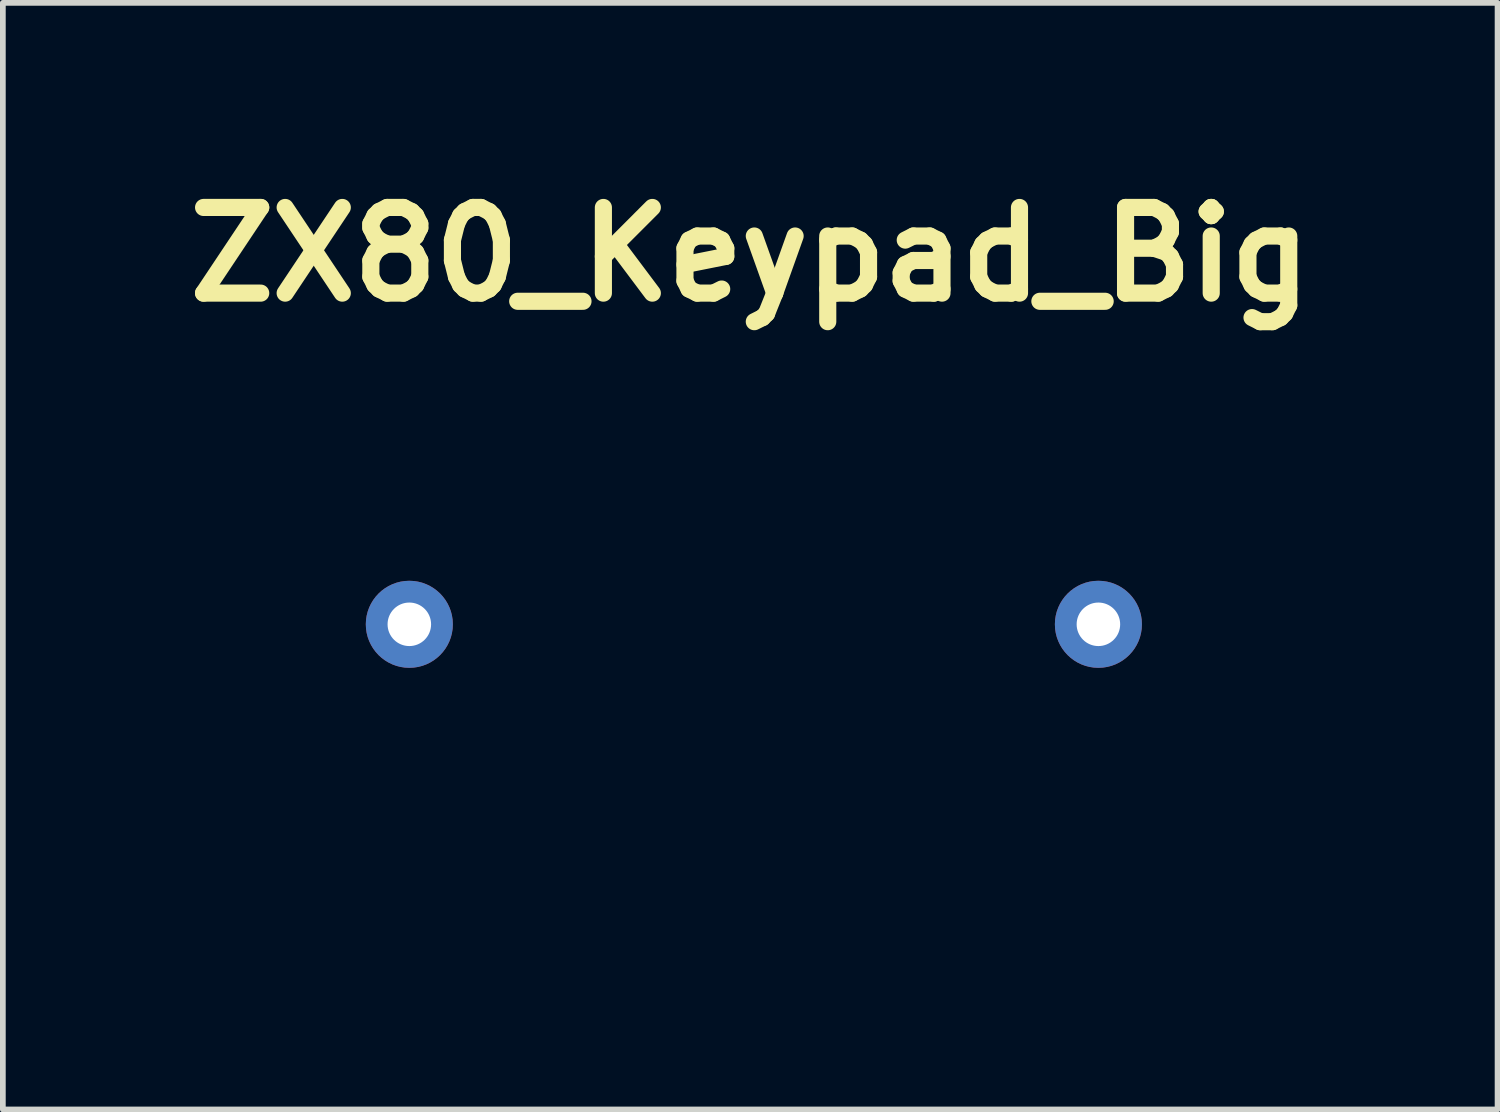
<source format=kicad_pcb>
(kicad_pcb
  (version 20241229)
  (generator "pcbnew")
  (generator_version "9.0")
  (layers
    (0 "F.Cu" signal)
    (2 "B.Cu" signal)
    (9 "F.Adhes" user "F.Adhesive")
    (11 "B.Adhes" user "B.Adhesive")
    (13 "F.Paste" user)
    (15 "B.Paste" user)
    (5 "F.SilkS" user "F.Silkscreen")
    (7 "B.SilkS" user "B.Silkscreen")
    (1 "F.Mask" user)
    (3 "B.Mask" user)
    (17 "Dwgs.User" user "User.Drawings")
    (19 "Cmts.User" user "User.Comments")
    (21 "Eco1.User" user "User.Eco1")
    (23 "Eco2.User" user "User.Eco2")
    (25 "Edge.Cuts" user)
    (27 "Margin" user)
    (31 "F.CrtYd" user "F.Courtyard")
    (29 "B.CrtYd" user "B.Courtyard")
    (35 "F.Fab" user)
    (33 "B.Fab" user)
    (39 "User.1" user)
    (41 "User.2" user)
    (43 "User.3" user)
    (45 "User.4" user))
  (footprint "ZX80_Keypad_Big"
    (layer "F.Cu")
    (at 10.086 7.881)
    (property "Reference" "ZX80_Keypad_Big" (at 0 -6.477 0) (layer "F.SilkS") (effects (font (size 1.5 1.5) (thickness 0.3))))
    (attr board_only exclude_from_pos_files exclude_from_bom)
    (fp_poly (pts (xy 0.31 -4.05) (xy 0.557 -4.048) (xy 0.745 -4.043) (xy 0.892 -4.032) (xy 1.016 -4.015) (xy 1.135 -3.988) (xy 1.267 -3.95) (xy 1.291 -3.943) (xy 1.832 -3.739) (xy 2.324 -3.477) (xy 2.766 -3.156) (xy 3.155 -2.779) (xy 3.49 -2.348) (xy 3.771 -1.863) (xy 3.995 -1.327) (xy 4.162 -0.74) (xy 4.188 -0.62) (xy 4.279 -0.038) (xy 4.318 0.549) (xy 4.304 1.127) (xy 4.241 1.682) (xy 4.127 2.2) (xy 4.021 2.524) (xy 3.781 3.054) (xy 3.475 3.553) (xy 3.11 4.013) (xy 2.693 4.427) (xy 2.232 4.79) (xy 1.733 5.093) (xy 1.203 5.331) (xy 1.028 5.392) (xy 0.93 5.422) (xy 0.834 5.445) (xy 0.728 5.461) (xy 0.597 5.473) (xy 0.429 5.481) (xy 0.211 5.487) (xy -0.07 5.492) (xy -0.097 5.492) (xy -0.458 5.494) (xy -0.75 5.49) (xy -0.981 5.48) (xy -1.158 5.462) (xy -1.232 5.45) (xy -1.773 5.319) (xy -2.276 5.132) (xy -2.749 4.886) (xy -3.2 4.576) (xy -3.637 4.197) (xy -4.026 3.791) (xy -4.248 3.526) (xy -4.445 3.261) (xy -4.628 2.975) (xy -4.811 2.65) (xy -4.971 2.336) (xy -5.07 2.142) (xy -5.163 1.97) (xy -5.244 1.834) (xy -5.305 1.746) (xy -5.326 1.724) (xy -5.391 1.692) (xy -5.515 1.644) (xy -5.683 1.583) (xy -5.882 1.516) (xy -6.011 1.474) (xy -6.362 1.353) (xy -6.646 1.234) (xy -6.87 1.112) (xy -7.044 0.981) (xy -7.177 0.837) (xy -7.232 0.757) (xy -7.285 0.666) (xy -7.319 0.584) (xy -7.341 0.488) (xy -7.353 0.359) (xy -7.361 0.176) (xy -7.362 0.151) (xy -7.361 0.064) (xy -6.53 0.064) (xy -6.482 0.223) (xy -6.383 0.36) (xy -6.244 0.455) (xy -6.184 0.476) (xy -6.096 0.495) (xy -6.031 0.492) (xy -5.949 0.463) (xy -5.919 0.451) (xy -5.766 0.354) (xy -5.671 0.225) (xy -5.629 0.079) (xy -5.637 -0.071) (xy -5.691 -0.21) (xy -5.788 -0.324) (xy -5.924 -0.398) (xy -6.095 -0.419) (xy -6.137 -0.415) (xy -6.312 -0.355) (xy -6.445 -0.233) (xy -6.515 -0.096) (xy -6.53 0.064) (xy -7.361 0.064) (xy -7.359 -0.142) (xy -7.33 -0.395) (xy -7.267 -0.613) (xy -7.167 -0.799) (xy -7.023 -0.96) (xy -6.83 -1.098) (xy -6.583 -1.218) (xy -6.276 -1.324) (xy -5.905 -1.422) (xy -5.464 -1.514) (xy -5.269 -1.55) (xy -5.086 -1.582) (xy -4.923 -1.607) (xy -4.801 -1.624) (xy -4.744 -1.629) (xy -4.653 -1.629) (xy -4.653 -0.591) (xy -4.653 -0.277) (xy -4.651 -0.028) (xy -4.648 0.167) (xy -4.641 0.321) (xy -4.631 0.445) (xy -4.616 0.552) (xy -4.595 0.654) (xy -4.569 0.762) (xy -4.555 0.814) (xy -4.341 1.466) (xy -4.056 2.093) (xy -3.703 2.688) (xy -3.372 3.138) (xy -3.029 3.529) (xy -2.684 3.851) (xy -2.327 4.109) (xy -1.95 4.31) (xy -1.782 4.38) (xy -1.551 4.466) (xy -1.35 4.529) (xy -1.16 4.575) (xy -0.961 4.604) (xy -0.736 4.622) (xy -0.466 4.63) (xy -0.233 4.631) (xy 0.034 4.631) (xy 0.24 4.627) (xy 0.401 4.618) (xy 0.534 4.604) (xy 0.654 4.582) (xy 0.78 4.552) (xy 0.814 4.543) (xy 1.316 4.368) (xy 1.776 4.131) (xy 2.189 3.837) (xy 2.552 3.489) (xy 2.86 3.093) (xy 3.109 2.652) (xy 3.294 2.172) (xy 3.378 1.843) (xy 3.439 1.408) (xy 3.455 0.93) (xy 3.429 0.43) (xy 3.363 -0.075) (xy 3.26 -0.565) (xy 3.121 -1.021) (xy 2.991 -1.337) (xy 2.745 -1.786) (xy 2.455 -2.178) (xy 2.127 -2.513) (xy 1.764 -2.785) (xy 1.373 -2.993) (xy 0.956 -3.133) (xy 0.521 -3.202) (xy 0.136 -3.203) (xy -0.266 -3.152) (xy -0.613 -3.059) (xy -0.916 -2.918) (xy -1.189 -2.724) (xy -1.322 -2.601) (xy -1.564 -2.31) (xy -1.752 -1.973) (xy -1.889 -1.585) (xy -1.975 -1.143) (xy -2.002 -0.856) (xy -2.001 -0.356) (xy -1.933 0.117) (xy -1.799 0.558) (xy -1.601 0.963) (xy -1.342 1.325) (xy -1.181 1.496) (xy -0.925 1.706) (xy -0.66 1.845) (xy -0.393 1.912) (xy -0.129 1.905) (xy 0.125 1.825) (xy 0.382 1.667) (xy 0.571 1.474) (xy 0.694 1.248) (xy 0.749 0.995) (xy 0.736 0.719) (xy 0.654 0.424) (xy 0.504 0.114) (xy 0.324 -0.156) (xy 0.193 -0.331) (xy 0.101 -0.458) (xy 0.04 -0.552) (xy 0.002 -0.626) (xy -0.023 -0.693) (xy -0.04 -0.763) (xy -0.056 -0.96) (xy -0.004 -1.127) (xy 0.086 -1.243) (xy 0.173 -1.316) (xy 0.265 -1.349) (xy 0.393 -1.357) (xy 0.592 -1.335) (xy 0.757 -1.26) (xy 0.911 -1.121) (xy 0.924 -1.107) (xy 1.059 -0.917) (xy 1.19 -0.666) (xy 1.311 -0.371) (xy 1.419 -0.048) (xy 1.508 0.285) (xy 1.574 0.612) (xy 1.61 0.917) (xy 1.613 1.182) (xy 1.609 1.232) (xy 1.539 1.546) (xy 1.402 1.836) (xy 1.207 2.097) (xy 0.963 2.324) (xy 0.679 2.511) (xy 0.363 2.652) (xy 0.024 2.743) (xy -0.329 2.776) (xy -0.687 2.747) (xy -0.753 2.734) (xy -1.162 2.61) (xy -1.533 2.419) (xy -1.867 2.161) (xy -2.16 1.838) (xy -2.411 1.451) (xy -2.447 1.384) (xy -2.659 0.911) (xy -2.804 0.429) (xy -2.886 -0.078) (xy -2.908 -0.563) (xy -2.876 -1.094) (xy -2.782 -1.601) (xy -2.63 -2.078) (xy -2.422 -2.517) (xy -2.163 -2.913) (xy -1.856 -3.26) (xy -1.504 -3.552) (xy -1.112 -3.782) (xy -1.105 -3.785) (xy -0.892 -3.881) (xy -0.698 -3.951) (xy -0.507 -4) (xy -0.297 -4.03) (xy -0.051 -4.046) (xy 0.249 -4.05)) (stroke (width 0) (type solid)) (fill yes) (layer "F.Mask"))
    (fp_poly (pts (xy 0.662 -5.451) (xy 1.237 -5.389) (xy 1.773 -5.268) (xy 2.278 -5.087) (xy 2.758 -4.843) (xy 2.985 -4.701) (xy 3.162 -4.571) (xy 3.373 -4.394) (xy 3.602 -4.186) (xy 3.834 -3.962) (xy 4.054 -3.735) (xy 4.247 -3.522) (xy 4.398 -3.336) (xy 4.42 -3.306) (xy 4.573 -3.079) (xy 4.732 -2.819) (xy 4.883 -2.55) (xy 5.014 -2.296) (xy 5.102 -2.101) (xy 5.177 -1.935) (xy 5.257 -1.806) (xy 5.356 -1.704) (xy 5.486 -1.619) (xy 5.662 -1.54) (xy 5.896 -1.459) (xy 5.978 -1.433) (xy 6.35 -1.307) (xy 6.653 -1.183) (xy 6.893 -1.057) (xy 7.08 -0.923) (xy 7.221 -0.776) (xy 7.323 -0.613) (xy 7.327 -0.606) (xy 7.371 -0.464) (xy 7.399 -0.27) (xy 7.41 -0.044) (xy 7.405 0.189) (xy 7.382 0.409) (xy 7.345 0.58) (xy 7.238 0.809) (xy 7.062 1.013) (xy 6.823 1.186) (xy 6.573 1.306) (xy 6.42 1.357) (xy 6.208 1.415) (xy 5.954 1.478) (xy 5.675 1.541) (xy 5.39 1.6) (xy 5.115 1.651) (xy 4.876 1.689) (xy 4.692 1.715) (xy 4.692 0.668) (xy 4.692 0.351) (xy 4.69 0.1) (xy 4.689 0.023) (xy 5.668 0.023) (xy 5.672 0.065) (xy 5.725 0.244) (xy 5.833 0.389) (xy 5.953 0.469) (xy 6.075 0.49) (xy 6.225 0.472) (xy 6.364 0.42) (xy 6.386 0.406) (xy 6.466 0.328) (xy 6.534 0.218) (xy 6.542 0.201) (xy 6.578 0.094) (xy 6.578 0.004) (xy 6.549 -0.096) (xy 6.457 -0.261) (xy 6.326 -0.369) (xy 6.17 -0.415) (xy 6.006 -0.396) (xy 5.848 -0.31) (xy 5.783 -0.25) (xy 5.704 -0.155) (xy 5.67 -0.076) (xy 5.668 0.023) (xy 4.689 0.023) (xy 4.686 -0.098) (xy 4.68 -0.254) (xy 4.67 -0.38) (xy 4.655 -0.489) (xy 4.635 -0.592) (xy 4.608 -0.702) (xy 4.596 -0.748) (xy 4.397 -1.37) (xy 4.129 -1.972) (xy 3.799 -2.544) (xy 3.414 -3.073) (xy 2.979 -3.55) (xy 2.919 -3.608) (xy 2.546 -3.919) (xy 2.146 -4.168) (xy 1.71 -4.358) (xy 1.229 -4.494) (xy 0.841 -4.562) (xy 0.284 -4.603) (xy -0.253 -4.574) (xy -0.766 -4.478) (xy -1.249 -4.316) (xy -1.697 -4.092) (xy -2.106 -3.808) (xy -2.471 -3.465) (xy -2.786 -3.068) (xy -3.043 -2.626) (xy -3.154 -2.392) (xy -3.238 -2.182) (xy -3.3 -1.98) (xy -3.343 -1.769) (xy -3.37 -1.533) (xy -3.384 -1.254) (xy -3.39 -0.917) (xy -3.39 -0.873) (xy -3.39 -0.599) (xy -3.387 -0.387) (xy -3.38 -0.217) (xy -3.368 -0.074) (xy -3.348 0.06) (xy -3.32 0.202) (xy -3.282 0.368) (xy -3.154 0.845) (xy -3.008 1.259) (xy -2.838 1.623) (xy -2.637 1.951) (xy -2.398 2.257) (xy -2.294 2.371) (xy -1.944 2.692) (xy -1.56 2.945) (xy -1.144 3.128) (xy -1.016 3.171) (xy -0.905 3.201) (xy -0.793 3.22) (xy -0.66 3.231) (xy -0.488 3.236) (xy -0.257 3.238) (xy -0.252 3.238) (xy 0.023 3.234) (xy 0.242 3.222) (xy 0.424 3.196) (xy 0.589 3.152) (xy 0.758 3.086) (xy 0.95 2.995) (xy 1.14 2.872) (xy 1.337 2.698) (xy 1.522 2.494) (xy 1.675 2.28) (xy 1.743 2.157) (xy 1.893 1.765) (xy 1.993 1.334) (xy 2.044 0.882) (xy 2.043 0.426) (xy 1.99 -0.013) (xy 1.884 -0.418) (xy 1.862 -0.477) (xy 1.735 -0.749) (xy 1.565 -1.018) (xy 1.366 -1.27) (xy 1.149 -1.491) (xy 0.927 -1.667) (xy 0.713 -1.783) (xy 0.702 -1.787) (xy 0.446 -1.847) (xy 0.193 -1.841) (xy -0.047 -1.775) (xy -0.265 -1.659) (xy -0.451 -1.499) (xy -0.595 -1.303) (xy -0.688 -1.08) (xy -0.72 -0.836) (xy -0.702 -0.665) (xy -0.603 -0.343) (xy -0.432 -0.006) (xy -0.22 0.306) (xy -0.048 0.554) (xy 0.06 0.765) (xy 0.106 0.946) (xy 0.09 1.102) (xy 0.013 1.24) (xy -0.061 1.316) (xy -0.186 1.402) (xy -0.311 1.433) (xy -0.341 1.434) (xy -0.537 1.4) (xy -0.728 1.312) (xy -0.881 1.185) (xy -0.903 1.158) (xy -1.047 0.933) (xy -1.182 0.654) (xy -1.304 0.337) (xy -1.408 -0.001) (xy -1.491 -0.342) (xy -1.546 -0.67) (xy -1.57 -0.968) (xy -1.558 -1.218) (xy -1.555 -1.233) (xy -1.467 -1.551) (xy -1.312 -1.841) (xy -1.102 -2.098) (xy -0.843 -2.317) (xy -0.545 -2.492) (xy -0.217 -2.62) (xy 0.133 -2.693) (xy 0.496 -2.709) (xy 0.864 -2.66) (xy 0.888 -2.655) (xy 1.271 -2.525) (xy 1.624 -2.327) (xy 1.944 -2.061) (xy 2.229 -1.733) (xy 2.476 -1.345) (xy 2.681 -0.9) (xy 2.823 -0.472) (xy 2.86 -0.334) (xy 2.887 -0.215) (xy 2.906 -0.097) (xy 2.917 0.035) (xy 2.923 0.197) (xy 2.925 0.406) (xy 2.925 0.64) (xy 2.924 0.903) (xy 2.92 1.104) (xy 2.912 1.259) (xy 2.899 1.385) (xy 2.88 1.496) (xy 2.851 1.61) (xy 2.817 1.726) (xy 2.629 2.238) (xy 2.391 2.694) (xy 2.107 3.091) (xy 1.778 3.429) (xy 1.406 3.705) (xy 0.992 3.916) (xy 0.658 4.031) (xy 0.447 4.075) (xy 0.186 4.108) (xy -0.101 4.129) (xy -0.386 4.135) (xy -0.643 4.126) (xy -0.795 4.109) (xy -1.118 4.04) (xy -1.466 3.931) (xy -1.804 3.795) (xy -1.956 3.722) (xy -2.44 3.432) (xy -2.869 3.088) (xy -3.242 2.69) (xy -3.559 2.239) (xy -3.82 1.734) (xy -4.025 1.176) (xy -4.155 0.661) (xy -4.195 0.411) (xy -4.226 0.11) (xy -4.248 -0.223) (xy -4.259 -0.568) (xy -4.259 -0.905) (xy -4.249 -1.216) (xy -4.226 -1.479) (xy -4.21 -1.588) (xy -4.069 -2.176) (xy -3.859 -2.735) (xy -3.582 -3.259) (xy -3.242 -3.745) (xy -2.845 -4.186) (xy -2.392 -4.578) (xy -1.888 -4.916) (xy -1.512 -5.116) (xy -1.238 -5.236) (xy -0.978 -5.325) (xy -0.711 -5.388) (xy -0.415 -5.429) (xy -0.07 -5.453) (xy 0.039 -5.457)) (stroke (width 0) (type solid)) (fill yes) (layer "F.Mask"))
    (pad "1" thru_hole circle (at -5.969 0) (size 1.524 1.524) (drill 0.762) (layers "*.Cu" "*.Mask"))
    (pad "2" thru_hole circle (at 6.096 0) (size 1.524 1.524) (drill 0.762) (layers "*.Cu" "*.Mask")))
  (gr_rect
    (start -3 -3)
    (end 23.171 16.375)
    (stroke (width 0.1) (type default))
    (fill no)
    (layer "Edge.Cuts")))
</source>
